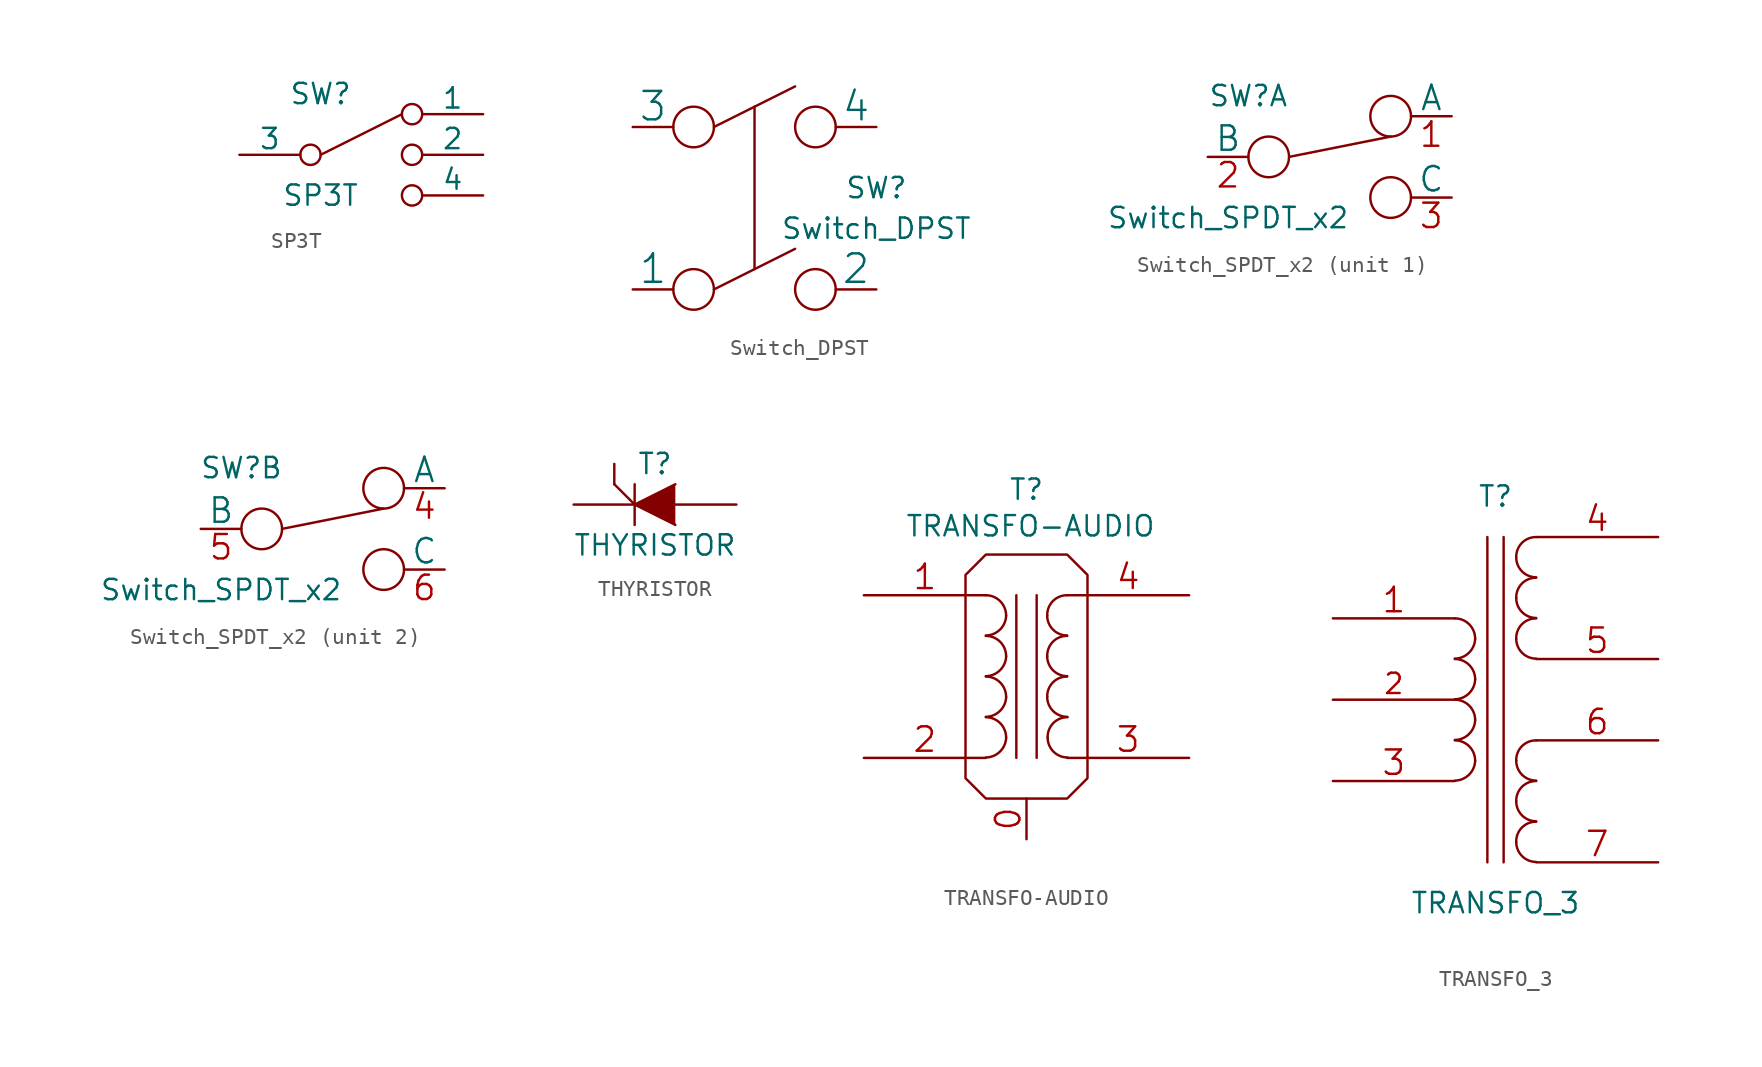
<source format=kicad_sym>
(kicad_symbol_lib
  (version 20211014)
  (generator kicad_symbol_editor)
  (symbol "SP3T"
    (pin_numbers hide)
    (pin_names
      (offset 0))
    (property "Reference" "SW"
      (at -2.54 3.81 0)
      (effects (font (size 1.27 1.27))))
    (property "Value" "SP3T"
      (at -2.54 -2.54 0)
      (effects (font (size 1.27 1.27))))
    (property "Footprint" ""
      (at -15.875 4.445 0)
      (effects (font (size 1.524 1.524))))
    (property "Datasheet" ""
      (at -15.875 4.445 0)
      (effects (font (size 1.524 1.524))))
    (symbol "SP3T_0_1"
      (circle (center -3.175 0) (radius 0.635) (stroke (width 0) (type default) (color 0 0 0 0)) (fill (type none)))
      (polyline (pts (xy -2.54 0) (xy 2.54 2.54)) (stroke (width 0) (type default) (color 0 0 0 0)) (fill (type none)))
      (circle (center 3.175 -2.54) (radius 0.635) (stroke (width 0) (type default) (color 0 0 0 0)) (fill (type none)))
      (circle (center 3.175 0) (radius 0.635) (stroke (width 0) (type default) (color 0 0 0 0)) (fill (type none)))
      (circle (center 3.175 2.54) (radius 0.635) (stroke (width 0) (type default) (color 0 0 0 0)) (fill (type none))))
    (symbol "SP3T_1_1"
      (pin passive line (at 7.62 2.54 180) (length 3.81) (name "1" (effects (font (size 1.27 1.27)))) (number "1" (effects (font (size 1.27 1.27)))))
      (pin passive line (at 7.62 0 180) (length 3.81) (name "2" (effects (font (size 1.27 1.27)))) (number "2" (effects (font (size 1.27 1.27)))))
      (pin passive line (at -7.62 0 0) (length 3.81) (name "3" (effects (font (size 1.27 1.27)))) (number "3" (effects (font (size 1.27 1.27)))))
      (pin passive line (at 7.62 -2.54 180) (length 3.81) (name "4" (effects (font (size 1.27 1.27)))) (number "4" (effects (font (size 1.27 1.27)))))))
  (symbol "Switch_DPST"
    (pin_numbers hide)
    (pin_names
      (offset 0))
    (property "Reference" "SW"
      (at 7.62 1.27 0)
      (effects (font (size 1.27 1.27))))
    (property "Value" "Switch_DPST"
      (at 7.62 -1.27 0)
      (effects (font (size 1.27 1.27))))
    (property "Footprint" ""
      (at 0 0 0)
      (effects (font (size 1.524 1.524))))
    (property "Datasheet" ""
      (at 0 0 0)
      (effects (font (size 1.524 1.524))))
    (symbol "Switch_DPST_0_0"
      (circle (center -3.81 -5.08) (radius 1.27) (stroke (width 0) (type default) (color 0 0 0 0)) (fill (type none)))
      (circle (center -3.81 5.08) (radius 1.27) (stroke (width 0) (type default) (color 0 0 0 0)) (fill (type none)))
      (polyline (pts (xy -2.54 -5.08) (xy 2.54 -2.54)) (stroke (width 0) (type default) (color 0 0 0 0)) (fill (type none)))
      (polyline (pts (xy -2.54 5.08) (xy 2.54 7.62)) (stroke (width 0) (type default) (color 0 0 0 0)) (fill (type none)))
      (polyline (pts (xy 0 6.35) (xy 0 -3.81)) (stroke (width 0) (type default) (color 0 0 0 0)) (fill (type none)))
      (circle (center 3.81 -5.08) (radius 1.27) (stroke (width 0) (type default) (color 0 0 0 0)) (fill (type none)))
      (circle (center 3.81 5.08) (radius 1.27) (stroke (width 0) (type default) (color 0 0 0 0)) (fill (type none))))
    (symbol "Switch_DPST_1_1"
      (pin input line (at -7.62 -5.08 0) (length 2.54) (name "1" (effects (font (size 1.778 1.778)))) (number "1" (effects (font (size 1.778 1.778)))))
      (pin input line (at 7.62 -5.08 180) (length 2.54) (name "2" (effects (font (size 1.778 1.778)))) (number "2" (effects (font (size 1.778 1.778)))))
      (pin input line (at -7.62 5.08 0) (length 2.54) (name "3" (effects (font (size 1.778 1.778)))) (number "3" (effects (font (size 1.778 1.778)))))
      (pin input line (at 7.62 5.08 180) (length 2.54) (name "4" (effects (font (size 1.778 1.778)))) (number "4" (effects (font (size 1.778 1.778)))))))
  (symbol "Switch_SPDT_x2"
    (pin_names
      (offset 0))
    (property "Reference" "SW"
      (at -5.08 3.81 0)
      (effects (font (size 1.27 1.27))))
    (property "Value" "Switch_SPDT_x2"
      (at -6.35 -3.81 0)
      (effects (font (size 1.27 1.27))))
    (property "Footprint" ""
      (at 0 0 0)
      (effects (font (size 1.524 1.524))))
    (property "Datasheet" ""
      (at 0 0 0)
      (effects (font (size 1.524 1.524))))
    (symbol "Switch_SPDT_x2_0_0"
      (circle (center -3.81 0) (radius 1.27) (stroke (width 0) (type default) (color 0 0 0 0)) (fill (type none)))
      (circle (center 3.81 -2.54) (radius 1.27) (stroke (width 0) (type default) (color 0 0 0 0)) (fill (type none))))
    (symbol "Switch_SPDT_x2_0_1"
      (polyline (pts (xy -2.54 0) (xy 3.81 1.27)) (stroke (width 0) (type default) (color 0 0 0 0)) (fill (type none)))
      (circle (center 3.81 2.54) (radius 1.27) (stroke (width 0) (type default) (color 0 0 0 0)) (fill (type none))))
    (symbol "Switch_SPDT_x2_1_1"
      (pin passive line (at 7.62 2.54 180) (length 2.54) (name "A" (effects (font (size 1.524 1.524)))) (number "1" (effects (font (size 1.524 1.524)))))
      (pin passive line (at -7.62 0 0) (length 2.54) (name "B" (effects (font (size 1.524 1.524)))) (number "2" (effects (font (size 1.524 1.524)))))
      (pin passive line (at 7.62 -2.54 180) (length 2.54) (name "C" (effects (font (size 1.524 1.524)))) (number "3" (effects (font (size 1.524 1.524))))))
    (symbol "Switch_SPDT_x2_2_1"
      (pin passive line (at 7.62 2.54 180) (length 2.54) (name "A" (effects (font (size 1.524 1.524)))) (number "4" (effects (font (size 1.524 1.524)))))
      (pin passive line (at -7.62 0 0) (length 2.54) (name "B" (effects (font (size 1.524 1.524)))) (number "5" (effects (font (size 1.524 1.524)))))
      (pin passive line (at 7.62 -2.54 180) (length 2.54) (name "C" (effects (font (size 1.524 1.524)))) (number "6" (effects (font (size 1.524 1.524)))))))
  (symbol "THYRISTOR"
    (pin_numbers hide)
    (pin_names
      (offset 1.016) hide)
    (property "Reference" "T"
      (at 0 2.54 0)
      (effects (font (size 1.27 1.27))))
    (property "Value" "THYRISTOR"
      (at 0 -2.54 0)
      (effects (font (size 1.27 1.27))))
    (property "Footprint" ""
      (at 0 0 0)
      (effects (font (size 1.524 1.524))))
    (property "Datasheet" ""
      (at 0 0 0)
      (effects (font (size 1.524 1.524))))
    (symbol "THYRISTOR_0_1"
      (polyline (pts (xy -1.27 1.27) (xy -1.27 -1.27)) (stroke (width 0) (type default) (color 0 0 0 0)) (fill (type none)))
      (polyline (pts (xy 1.27 1.27) (xy -1.27 0) (xy 1.27 -1.27)) (stroke (width 0) (type default) (color 0 0 0 0)) (fill (type outline)))
      (polyline (pts (xy -1.27 0) (xy -2.54 1.27) (xy -2.54 1.27) (xy -2.54 1.27)) (stroke (width 0) (type default) (color 0 0 0 0)) (fill (type none))))
    (symbol "THYRISTOR_1_1"
      (pin passive line (at 5.08 0 180) (length 3.81) (name "A" (effects (font (size 1.27 1.27)))) (number "A" (effects (font (size 1.27 1.27)))))
      (pin passive line (at -2.54 2.54 270) (length 1.27) (name "G" (effects (font (size 1.27 1.27)))) (number "G" (effects (font (size 1.27 1.27)))))
      (pin passive line (at -5.08 0 0) (length 3.81) (name "K" (effects (font (size 1.27 1.27)))) (number "K" (effects (font (size 1.27 1.27)))))))
  (symbol "TRANSFO-AUDIO"
    (pin_names
      (offset 1.016) hide)
    (property "Reference" "T"
      (at 0 11.684 0)
      (effects (font (size 1.27 1.27))))
    (property "Value" "TRANSFO-AUDIO"
      (at 0.254 9.398 0)
      (effects (font (size 1.27 1.27))))
    (property "Footprint" ""
      (at 0 0 0)
      (effects (font (size 1.524 1.524))))
    (property "Datasheet" ""
      (at 0 0 0)
      (effects (font (size 1.524 1.524))))
    (symbol "TRANSFO-AUDIO_0_1"
      (arc (start -2.54 -5.0546) (mid -1.6599 -4.6901) (end -1.27 -3.81) (stroke (width 0) (type default) (color 0 0 0 0)) (fill (type none)))
      (arc (start -2.54 -2.5146) (mid -1.6599 -2.1501) (end -1.27 -1.27) (stroke (width 0) (type default) (color 0 0 0 0)) (fill (type none)))
      (arc (start -2.54 0.0254) (mid -1.6599 0.3899) (end -1.27 1.27) (stroke (width 0) (type default) (color 0 0 0 0)) (fill (type none)))
      (arc (start -2.54 2.5654) (mid -1.6599 2.9299) (end -1.27 3.81) (stroke (width 0) (type default) (color 0 0 0 0)) (fill (type none)))
      (arc (start -1.27 -3.81) (mid -1.642 -2.912) (end -2.54 -2.54) (stroke (width 0) (type default) (color 0 0 0 0)) (fill (type none)))
      (arc (start -1.27 -1.27) (mid -1.642 -0.372) (end -2.54 0) (stroke (width 0) (type default) (color 0 0 0 0)) (fill (type none)))
      (arc (start -1.27 1.27) (mid -1.642 2.168) (end -2.54 2.54) (stroke (width 0) (type default) (color 0 0 0 0)) (fill (type none)))
      (arc (start -1.27 3.81) (mid -1.642 4.708) (end -2.54 5.08) (stroke (width 0) (type default) (color 0 0 0 0)) (fill (type none)))
      (polyline (pts (xy -0.635 5.08) (xy -0.635 -5.08)) (stroke (width 0) (type default) (color 0 0 0 0)) (fill (type none)))
      (polyline (pts (xy 0.635 -5.08) (xy 0.635 5.08)) (stroke (width 0) (type default) (color 0 0 0 0)) (fill (type none)))
      (polyline (pts (xy -3.81 6.35) (xy -2.54 7.62) (xy 2.54 7.62) (xy 3.81 6.35) (xy 3.81 -6.35) (xy 2.54 -7.62) (xy -2.54 -7.62) (xy -3.81 -6.35) (xy -3.81 6.35)) (stroke (width 0) (type default) (color 0 0 0 0)) (fill (type none)))
      (arc (start 1.2954 -1.27) (mid 1.6599 -2.1501) (end 2.54 -2.5146) (stroke (width 0) (type default) (color 0 0 0 0)) (fill (type none)))
      (arc (start 1.2954 1.27) (mid 1.6599 0.3899) (end 2.54 0.0254) (stroke (width 0) (type default) (color 0 0 0 0)) (fill (type none)))
      (arc (start 1.2954 3.81) (mid 1.6599 2.9299) (end 2.54 2.5654) (stroke (width 0) (type default) (color 0 0 0 0)) (fill (type none)))
      (arc (start 1.3208 -3.81) (mid 1.6853 -4.6901) (end 2.5654 -5.0546) (stroke (width 0) (type default) (color 0 0 0 0)) (fill (type none)))
      (arc (start 2.54 0) (mid 1.642 -0.372) (end 1.2954 -1.27) (stroke (width 0) (type default) (color 0 0 0 0)) (fill (type none)))
      (arc (start 2.54 2.54) (mid 1.642 2.168) (end 1.2954 1.27) (stroke (width 0) (type default) (color 0 0 0 0)) (fill (type none)))
      (arc (start 2.54 5.08) (mid 1.642 4.708) (end 1.2954 3.81) (stroke (width 0) (type default) (color 0 0 0 0)) (fill (type none)))
      (arc (start 2.5654 -2.54) (mid 1.6674 -2.912) (end 1.3208 -3.81) (stroke (width 0) (type default) (color 0 0 0 0)) (fill (type none))))
    (symbol "TRANSFO-AUDIO_1_1"
      (pin input line (at 0 -10.16 90) (length 2.54) (name "~" (effects (font (size 1.524 1.524)))) (number "0" (effects (font (size 1.524 1.524)))))
      (pin passive line (at -10.16 5.08 0) (length 7.62) (name "AA" (effects (font (size 1.524 1.524)))) (number "1" (effects (font (size 1.524 1.524)))))
      (pin passive line (at -10.16 -5.08 0) (length 7.62) (name "AB" (effects (font (size 1.524 1.524)))) (number "2" (effects (font (size 1.524 1.524)))))
      (pin passive line (at 10.16 -5.08 180) (length 7.62) (name "SA" (effects (font (size 1.524 1.524)))) (number "3" (effects (font (size 1.524 1.524)))))
      (pin passive line (at 10.16 5.08 180) (length 7.62) (name "SB" (effects (font (size 1.524 1.524)))) (number "4" (effects (font (size 1.524 1.524)))))))
  (symbol "TRANSFO_3"
    (pin_names
      (offset 1.016) hide)
    (property "Reference" "T"
      (at 0 12.7 0)
      (effects (font (size 1.27 1.27))))
    (property "Value" "TRANSFO_3"
      (at 0 -12.7 0)
      (effects (font (size 1.27 1.27))))
    (property "Footprint" ""
      (at 0 0 0)
      (effects (font (size 1.524 1.524))))
    (property "Datasheet" ""
      (at 0 0 0)
      (effects (font (size 1.524 1.524))))
    (symbol "TRANSFO_3_0_1"
      (arc (start -2.54 -5.0546) (mid -1.6599 -4.6901) (end -1.27 -3.81) (stroke (width 0) (type default) (color 0 0 0 0)) (fill (type none)))
      (arc (start -2.54 -2.5146) (mid -1.6599 -2.1501) (end -1.27 -1.27) (stroke (width 0) (type default) (color 0 0 0 0)) (fill (type none)))
      (arc (start -2.54 0.0254) (mid -1.6599 0.3899) (end -1.27 1.27) (stroke (width 0) (type default) (color 0 0 0 0)) (fill (type none)))
      (arc (start -2.54 2.5654) (mid -1.6599 2.9299) (end -1.27 3.81) (stroke (width 0) (type default) (color 0 0 0 0)) (fill (type none)))
      (arc (start -1.27 -3.81) (mid -1.642 -2.912) (end -2.54 -2.54) (stroke (width 0) (type default) (color 0 0 0 0)) (fill (type none)))
      (arc (start -1.27 -1.27) (mid -1.642 -0.372) (end -2.54 0) (stroke (width 0) (type default) (color 0 0 0 0)) (fill (type none)))
      (arc (start -1.27 1.27) (mid -1.642 2.168) (end -2.54 2.54) (stroke (width 0) (type default) (color 0 0 0 0)) (fill (type none)))
      (arc (start -1.27 3.81) (mid -1.642 4.708) (end -2.54 5.08) (stroke (width 0) (type default) (color 0 0 0 0)) (fill (type none)))
      (polyline (pts (xy -0.508 -10.16) (xy -0.508 10.16)) (stroke (width 0) (type default) (color 0 0 0 0)) (fill (type none)))
      (polyline (pts (xy 0.508 10.16) (xy 0.508 -10.16)) (stroke (width 0) (type default) (color 0 0 0 0)) (fill (type none)))
      (arc (start 1.2954 -8.89) (mid 1.6599 -9.7701) (end 2.54 -10.1346) (stroke (width 0) (type default) (color 0 0 0 0)) (fill (type none)))
      (arc (start 1.2954 -6.35) (mid 1.6599 -7.2301) (end 2.54 -7.5946) (stroke (width 0) (type default) (color 0 0 0 0)) (fill (type none)))
      (arc (start 1.2954 -3.81) (mid 1.6599 -4.6901) (end 2.54 -5.0546) (stroke (width 0) (type default) (color 0 0 0 0)) (fill (type none)))
      (arc (start 1.2954 3.81) (mid 1.6599 2.9299) (end 2.54 2.5654) (stroke (width 0) (type default) (color 0 0 0 0)) (fill (type none)))
      (arc (start 1.2954 6.35) (mid 1.6599 5.4699) (end 2.54 5.1054) (stroke (width 0) (type default) (color 0 0 0 0)) (fill (type none)))
      (arc (start 1.2954 8.89) (mid 1.6599 8.0099) (end 2.54 7.6454) (stroke (width 0) (type default) (color 0 0 0 0)) (fill (type none)))
      (arc (start 2.54 -7.62) (mid 1.642 -7.992) (end 1.2954 -8.89) (stroke (width 0) (type default) (color 0 0 0 0)) (fill (type none)))
      (arc (start 2.54 -5.08) (mid 1.642 -5.452) (end 1.2954 -6.35) (stroke (width 0) (type default) (color 0 0 0 0)) (fill (type none)))
      (arc (start 2.54 -2.54) (mid 1.642 -2.912) (end 1.2954 -3.81) (stroke (width 0) (type default) (color 0 0 0 0)) (fill (type none)))
      (arc (start 2.54 5.08) (mid 1.642 4.708) (end 1.2954 3.81) (stroke (width 0) (type default) (color 0 0 0 0)) (fill (type none)))
      (arc (start 2.54 7.62) (mid 1.642 7.248) (end 1.2954 6.35) (stroke (width 0) (type default) (color 0 0 0 0)) (fill (type none)))
      (arc (start 2.54 10.16) (mid 1.642 9.788) (end 1.2954 8.89) (stroke (width 0) (type default) (color 0 0 0 0)) (fill (type none))))
    (symbol "TRANSFO_3_1_1"
      (pin passive line (at -10.16 5.08 0) (length 7.62) (name "IN+" (effects (font (size 1.524 1.524)))) (number "1" (effects (font (size 1.524 1.524)))))
      (pin passive line (at -10.16 0 0) (length 7.62) (name "PM" (effects (font (size 1.27 1.27)))) (number "2" (effects (font (size 1.27 1.27)))))
      (pin passive line (at -10.16 -5.08 0) (length 7.62) (name "IN-" (effects (font (size 1.524 1.524)))) (number "3" (effects (font (size 1.524 1.524)))))
      (pin passive line (at 10.16 10.16 180) (length 7.62) (name "OUT1A" (effects (font (size 1.524 1.524)))) (number "4" (effects (font (size 1.524 1.524)))))
      (pin passive line (at 10.16 2.54 180) (length 7.62) (name "OUT1B" (effects (font (size 1.524 1.524)))) (number "5" (effects (font (size 1.524 1.524)))))
      (pin passive line (at 10.16 -2.54 180) (length 7.62) (name "OUT2A" (effects (font (size 1.524 1.524)))) (number "6" (effects (font (size 1.524 1.524)))))
      (pin passive line (at 10.16 -10.16 180) (length 7.62) (name "OUT2B" (effects (font (size 1.524 1.524)))) (number "7" (effects (font (size 1.524 1.524))))))))
</source>
